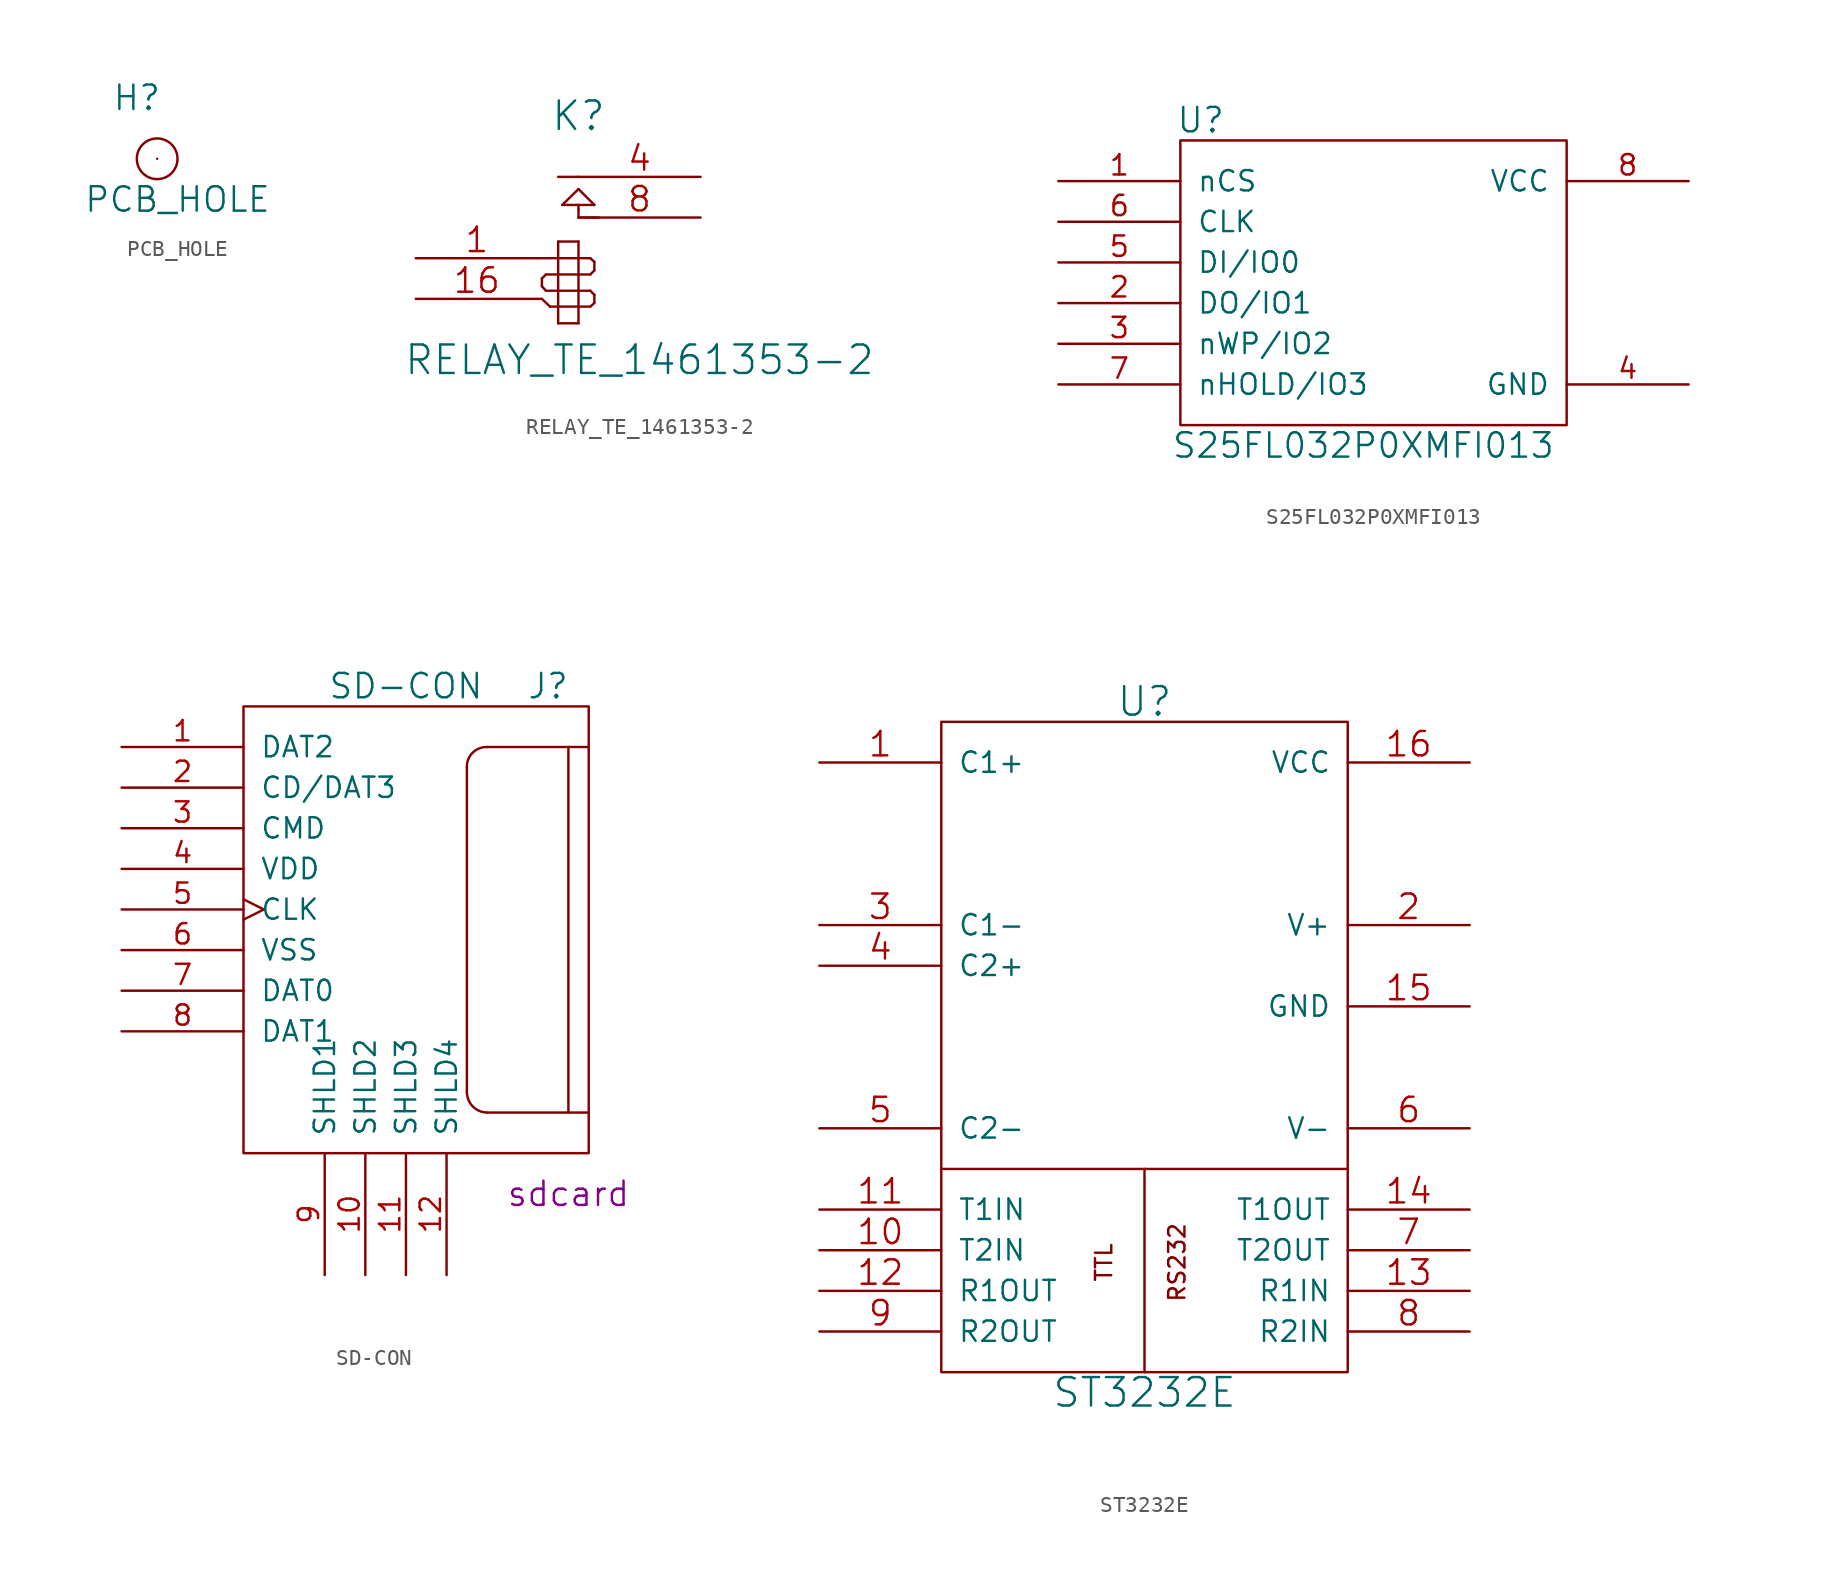
<source format=kicad_sym>
(kicad_symbol_lib
  (version 20231120)
  (generator "kicad_symbol_editor")
  (generator_version "8.0")
  (symbol "PCB_HOLE"
    (pin_numbers hide)
    (pin_names
      (offset 1.016) hide)
    (property "Reference" "H"
      (at -1.27 3.81 0)
      (effects (font (size 1.524 1.524))))
    (property "Value" "PCB_HOLE"
      (at 1.27 -2.54 0)
      (effects (font (size 1.524 1.524))))
    (symbol "PCB_HOLE_0_1"
      (circle (center 0 0) (radius 1.27) (stroke (width 0) (type solid)) (fill (type none))))
    (symbol "PCB_HOLE_1_1"
      (pin passive line (at 0 0 0) (length 0) (name "1" (effects (font (size 1.27 1.27)))) (number "1" (effects (font (size 1.27 1.27)))))))
  (symbol "RELAY_TE_1461353-2"
    (pin_names
      (offset 1.016) hide)
    (property "Reference" "K"
      (at 0 2.54 0)
      (effects (font (size 1.778 1.778))))
    (property "Value" "RELAY_TE_1461353-2"
      (at 3.81 -12.7 0)
      (effects (font (size 1.778 1.778))))
    (property "Footprint" ""
      (at -2.54 0 0)
      (effects (font (size 1.524 1.524))))
    (property "Datasheet" ""
      (at -2.54 0 0)
      (effects (font (size 1.524 1.524))))
    (symbol "RELAY_TE_1461353-2_0_1"
      (polyline (pts (xy -2.54 -8.89) (xy -2.286 -8.89)) (stroke (width 0) (type solid)) (fill (type none)))
      (polyline (pts (xy -2.54 -6.35) (xy -1.27 -6.35)) (stroke (width 0) (type solid)) (fill (type none)))
      (polyline (pts (xy -2.286 -8.89) (xy -1.778 -9.373)) (stroke (width 0) (type solid)) (fill (type none)))
      (polyline (pts (xy -2.286 -8.103) (xy -2.286 -7.62)) (stroke (width 0) (type solid)) (fill (type none)))
      (polyline (pts (xy -2.032 -8.382) (xy -2.286 -8.103)) (stroke (width 0) (type solid)) (fill (type none)))
      (polyline (pts (xy -2.032 -7.366) (xy -2.286 -7.62)) (stroke (width 0) (type solid)) (fill (type none)))
      (polyline (pts (xy -1.778 -9.373) (xy -1.27 -9.373)) (stroke (width 0) (type solid)) (fill (type none)))
      (polyline (pts (xy -1.27 -10.414) (xy -1.27 -5.309)) (stroke (width 0) (type solid)) (fill (type none)))
      (polyline (pts (xy -1.27 -8.382) (xy -2.032 -8.382)) (stroke (width 0) (type solid)) (fill (type none)))
      (polyline (pts (xy -1.27 -8.382) (xy 0 -8.382)) (stroke (width 0) (type solid)) (fill (type none)))
      (polyline (pts (xy -1.27 -7.366) (xy -2.032 -7.366)) (stroke (width 0) (type solid)) (fill (type none)))
      (polyline (pts (xy -1.27 -6.35) (xy 0 -6.35)) (stroke (width 0) (type solid)) (fill (type none)))
      (polyline (pts (xy -1.27 -5.309) (xy 0 -5.309)) (stroke (width 0) (type solid)) (fill (type none)))
      (polyline (pts (xy -1.27 -1.27) (xy 0 -1.27)) (stroke (width 0) (type solid)) (fill (type none)))
      (polyline (pts (xy -1.016 -3.023) (xy 0.991 -3.023)) (stroke (width 0) (type solid)) (fill (type none)))
      (polyline (pts (xy 0 -10.414) (xy -1.27 -10.414)) (stroke (width 0) (type solid)) (fill (type none)))
      (polyline (pts (xy 0 -9.373) (xy -1.27 -9.373)) (stroke (width 0) (type solid)) (fill (type none)))
      (polyline (pts (xy 0 -9.373) (xy 0.737 -9.373)) (stroke (width 0) (type solid)) (fill (type none)))
      (polyline (pts (xy 0 -8.382) (xy 0.737 -8.382)) (stroke (width 0) (type solid)) (fill (type none)))
      (polyline (pts (xy 0 -7.366) (xy -1.27 -7.366)) (stroke (width 0) (type solid)) (fill (type none)))
      (polyline (pts (xy 0 -7.366) (xy 0.737 -7.366)) (stroke (width 0) (type solid)) (fill (type none)))
      (polyline (pts (xy 0 -6.35) (xy 0.737 -6.35)) (stroke (width 0) (type solid)) (fill (type none)))
      (polyline (pts (xy 0 -5.309) (xy 0 -10.414)) (stroke (width 0) (type solid)) (fill (type none)))
      (polyline (pts (xy 0 -3.81) (xy 0 -3.302)) (stroke (width 0) (type solid)) (fill (type none)))
      (polyline (pts (xy 0 -3.302) (xy 0 -3.023)) (stroke (width 0) (type solid)) (fill (type none)))
      (polyline (pts (xy 0 -2.032) (xy -1.016 -3.023)) (stroke (width 0) (type solid)) (fill (type none)))
      (polyline (pts (xy 0.737 -9.373) (xy 0.991 -9.144)) (stroke (width 0) (type solid)) (fill (type none)))
      (polyline (pts (xy 0.737 -8.382) (xy 0.991 -8.636)) (stroke (width 0) (type solid)) (fill (type none)))
      (polyline (pts (xy 0.737 -7.366) (xy 0.991 -7.112)) (stroke (width 0) (type solid)) (fill (type none)))
      (polyline (pts (xy 0.737 -6.35) (xy 0.991 -6.579)) (stroke (width 0) (type solid)) (fill (type none)))
      (polyline (pts (xy 0.991 -9.144) (xy 0.991 -8.636)) (stroke (width 0) (type solid)) (fill (type none)))
      (polyline (pts (xy 0.991 -6.579) (xy 0.991 -7.112)) (stroke (width 0) (type solid)) (fill (type none)))
      (polyline (pts (xy 0.991 -3.023) (xy 0 -2.032)) (stroke (width 0) (type solid)) (fill (type none)))
      (polyline (pts (xy 1.27 -3.81) (xy 0 -3.81)) (stroke (width 0) (type solid)) (fill (type none))))
    (symbol "RELAY_TE_1461353-2_1_1"
      (pin input line (at -10.16 -6.35 0) (length 7.62) (name "1" (effects (font (size 1.524 1.524)))) (number "1" (effects (font (size 1.524 1.524)))))
      (pin input line (at -10.16 -8.89 0) (length 7.62) (name "16" (effects (font (size 1.524 1.524)))) (number "16" (effects (font (size 1.524 1.524)))))
      (pin passive line (at 7.62 -1.27 180) (length 7.62) (name "C1" (effects (font (size 1.524 1.524)))) (number "4" (effects (font (size 1.524 1.524)))))
      (pin passive line (at 7.62 -3.81 180) (length 7.62) (name "T1" (effects (font (size 1.524 1.524)))) (number "8" (effects (font (size 1.524 1.524)))))))
  (symbol "S25FL032P0XMFI013"
    (pin_names
      (offset 1.016))
    (property "Reference" "U"
      (at -10.16 10.16 0)
      (effects (font (size 1.524 1.524))))
    (property "Value" "S25FL032P0XMFI013"
      (at 0 -10.16 0)
      (effects (font (size 1.524 1.524))))
    (property "Footprint" ""
      (at 0 -5.08 0)
      (effects (font (size 1.524 1.524))))
    (property "Datasheet" ""
      (at 0 -5.08 0)
      (effects (font (size 1.524 1.524))))
    (symbol "S25FL032P0XMFI013_0_1"
      (rectangle (start -11.43 8.89) (end 12.7 -8.89) (stroke (width 0) (type solid)) (fill (type none))))
    (symbol "S25FL032P0XMFI013_1_1"
      (pin input line (at -19.05 6.35 0) (length 7.62) (name "nCS" (effects (font (size 1.27 1.27)))) (number "1" (effects (font (size 1.27 1.27)))))
      (pin bidirectional line (at -19.05 -1.27 0) (length 7.62) (name "DO/IO1" (effects (font (size 1.27 1.27)))) (number "2" (effects (font (size 1.27 1.27)))))
      (pin bidirectional line (at -19.05 -3.81 0) (length 7.62) (name "nWP/IO2" (effects (font (size 1.27 1.27)))) (number "3" (effects (font (size 1.27 1.27)))))
      (pin power_in line (at 20.32 -6.35 180) (length 7.62) (name "GND" (effects (font (size 1.27 1.27)))) (number "4" (effects (font (size 1.27 1.27)))))
      (pin bidirectional line (at -19.05 1.27 0) (length 7.62) (name "DI/IO0" (effects (font (size 1.27 1.27)))) (number "5" (effects (font (size 1.27 1.27)))))
      (pin input line (at -19.05 3.81 0) (length 7.62) (name "CLK" (effects (font (size 1.27 1.27)))) (number "6" (effects (font (size 1.27 1.27)))))
      (pin bidirectional line (at -19.05 -6.35 0) (length 7.62) (name "nHOLD/IO3" (effects (font (size 1.27 1.27)))) (number "7" (effects (font (size 1.27 1.27)))))
      (pin power_in line (at 20.32 6.35 180) (length 7.62) (name "VCC" (effects (font (size 1.27 1.27)))) (number "8" (effects (font (size 1.27 1.27)))))))
  (symbol "SD-CON"
    (pin_names
      (offset 1.016))
    (property "Reference" "J"
      (at 8.89 16.51 0)
      (effects (font (size 1.524 1.524))))
    (property "Value" "SD-CON"
      (at 0 16.51 0)
      (effects (font (size 1.524 1.524))))
    (property "Footprint" "sdcard"
      (at 10.16 -15.24 0)
      (effects (font (size 1.524 1.524))))
    (property "Datasheet" ""
      (at 0 0 0)
      (effects (font (size 1.524 1.524))))
    (symbol "SD-CON_0_1"
      (rectangle (start -10.16 15.24) (end 11.43 -12.7) (stroke (width 0) (type solid)) (fill (type none)))
      (polyline (pts (xy 3.81 11.43) (xy 3.81 -8.89)) (stroke (width 0) (type solid)) (fill (type none)))
      (polyline (pts (xy 5.08 -10.16) (xy 11.43 -10.16)) (stroke (width 0) (type solid)) (fill (type none)))
      (polyline (pts (xy 5.08 12.7) (xy 11.43 12.7)) (stroke (width 0) (type solid)) (fill (type none)))
      (polyline (pts (xy 10.16 -10.16) (xy 10.16 12.7)) (stroke (width 0) (type solid)) (fill (type none)))
      (arc (start 3.81 -8.89) (mid 4.1834 -9.7788) (end 5.08 -10.16) (stroke (width 0) (type solid)) (fill (type none)))
      (arc (start 5.08 12.7) (mid 4.1654 12.3371) (end 3.81 11.43) (stroke (width 0) (type solid)) (fill (type none))))
    (symbol "SD-CON_1_1"
      (pin bidirectional line (at -17.78 12.7 0) (length 7.62) (name "DAT2" (effects (font (size 1.27 1.27)))) (number "1" (effects (font (size 1.27 1.27)))))
      (pin power_in line (at -2.54 -20.32 90) (length 7.62) (name "SHLD2" (effects (font (size 1.27 1.27)))) (number "10" (effects (font (size 1.27 1.27)))))
      (pin power_in line (at 0 -20.32 90) (length 7.62) (name "SHLD3" (effects (font (size 1.27 1.27)))) (number "11" (effects (font (size 1.27 1.27)))))
      (pin power_in line (at 2.54 -20.32 90) (length 7.62) (name "SHLD4" (effects (font (size 1.27 1.27)))) (number "12" (effects (font (size 1.27 1.27)))))
      (pin bidirectional line (at -17.78 10.16 0) (length 7.62) (name "CD/DAT3" (effects (font (size 1.27 1.27)))) (number "2" (effects (font (size 1.27 1.27)))))
      (pin input line (at -17.78 7.62 0) (length 7.62) (name "CMD" (effects (font (size 1.27 1.27)))) (number "3" (effects (font (size 1.27 1.27)))))
      (pin power_in line (at -17.78 5.08 0) (length 7.62) (name "VDD" (effects (font (size 1.27 1.27)))) (number "4" (effects (font (size 1.27 1.27)))))
      (pin input clock (at -17.78 2.54 0) (length 7.62) (name "CLK" (effects (font (size 1.27 1.27)))) (number "5" (effects (font (size 1.27 1.27)))))
      (pin power_in line (at -17.78 0 0) (length 7.62) (name "VSS" (effects (font (size 1.27 1.27)))) (number "6" (effects (font (size 1.27 1.27)))))
      (pin bidirectional line (at -17.78 -2.54 0) (length 7.62) (name "DAT0" (effects (font (size 1.27 1.27)))) (number "7" (effects (font (size 1.27 1.27)))))
      (pin bidirectional line (at -17.78 -5.08 0) (length 7.62) (name "DAT1" (effects (font (size 1.27 1.27)))) (number "8" (effects (font (size 1.27 1.27)))))
      (pin power_in line (at -5.08 -20.32 90) (length 7.62) (name "SHLD1" (effects (font (size 1.27 1.27)))) (number "9" (effects (font (size 1.27 1.27)))))))
  (symbol "ST3232E"
    (pin_names
      (offset 1.016))
    (property "Reference" "U"
      (at 0 21.59 0)
      (effects (font (size 1.778 1.778))))
    (property "Value" "ST3232E"
      (at 0 -21.59 0)
      (effects (font (size 1.778 1.778))))
    (property "Footprint" ""
      (at 0 0 0)
      (effects (font (size 1.524 1.524))))
    (property "Datasheet" ""
      (at 0 0 0)
      (effects (font (size 1.524 1.524))))
    (symbol "ST3232E_0_0"
      (text "RS232" (at 2.032 -13.462 900) (effects (font (size 1.016 1.016))))
      (text "TTL" (at -2.54 -13.462 900) (effects (font (size 1.016 1.016)))))
    (symbol "ST3232E_0_1"
      (rectangle (start -12.7 -20.32) (end 12.7 20.32) (stroke (width 0) (type solid)) (fill (type none)))
      (polyline (pts (xy -12.7 -7.62) (xy 12.7 -7.62) (xy 12.7 -7.62)) (stroke (width 0) (type solid)) (fill (type none)))
      (polyline (pts (xy 0 -7.62) (xy 0 -20.32) (xy 0 -20.32)) (stroke (width 0) (type solid)) (fill (type none))))
    (symbol "ST3232E_1_1"
      (pin input line (at -20.32 17.78 0) (length 7.62) (name "C1+" (effects (font (size 1.27 1.27)))) (number "1" (effects (font (size 1.524 1.524)))))
      (pin input line (at -20.32 -12.7 0) (length 7.62) (name "T2IN" (effects (font (size 1.27 1.27)))) (number "10" (effects (font (size 1.524 1.524)))))
      (pin input line (at -20.32 -10.16 0) (length 7.62) (name "T1IN" (effects (font (size 1.27 1.27)))) (number "11" (effects (font (size 1.524 1.524)))))
      (pin output line (at -20.32 -15.24 0) (length 7.62) (name "R1OUT" (effects (font (size 1.27 1.27)))) (number "12" (effects (font (size 1.524 1.524)))))
      (pin input line (at 20.32 -15.24 180) (length 7.62) (name "R1IN" (effects (font (size 1.27 1.27)))) (number "13" (effects (font (size 1.524 1.524)))))
      (pin output line (at 20.32 -10.16 180) (length 7.62) (name "T1OUT" (effects (font (size 1.27 1.27)))) (number "14" (effects (font (size 1.524 1.524)))))
      (pin power_in line (at 20.32 2.54 180) (length 7.62) (name "GND" (effects (font (size 1.27 1.27)))) (number "15" (effects (font (size 1.524 1.524)))))
      (pin power_in line (at 20.32 17.78 180) (length 7.62) (name "VCC" (effects (font (size 1.27 1.27)))) (number "16" (effects (font (size 1.524 1.524)))))
      (pin power_out line (at 20.32 7.62 180) (length 7.62) (name "V+" (effects (font (size 1.27 1.27)))) (number "2" (effects (font (size 1.524 1.524)))))
      (pin input line (at -20.32 7.62 0) (length 7.62) (name "C1-" (effects (font (size 1.27 1.27)))) (number "3" (effects (font (size 1.524 1.524)))))
      (pin input line (at -20.32 5.08 0) (length 7.62) (name "C2+" (effects (font (size 1.27 1.27)))) (number "4" (effects (font (size 1.524 1.524)))))
      (pin input line (at -20.32 -5.08 0) (length 7.62) (name "C2-" (effects (font (size 1.27 1.27)))) (number "5" (effects (font (size 1.524 1.524)))))
      (pin power_out line (at 20.32 -5.08 180) (length 7.62) (name "V-" (effects (font (size 1.27 1.27)))) (number "6" (effects (font (size 1.524 1.524)))))
      (pin output line (at 20.32 -12.7 180) (length 7.62) (name "T2OUT" (effects (font (size 1.27 1.27)))) (number "7" (effects (font (size 1.524 1.524)))))
      (pin input line (at 20.32 -17.78 180) (length 7.62) (name "R2IN" (effects (font (size 1.27 1.27)))) (number "8" (effects (font (size 1.524 1.524)))))
      (pin output line (at -20.32 -17.78 0) (length 7.62) (name "R2OUT" (effects (font (size 1.27 1.27)))) (number "9" (effects (font (size 1.524 1.524))))))))
</source>
